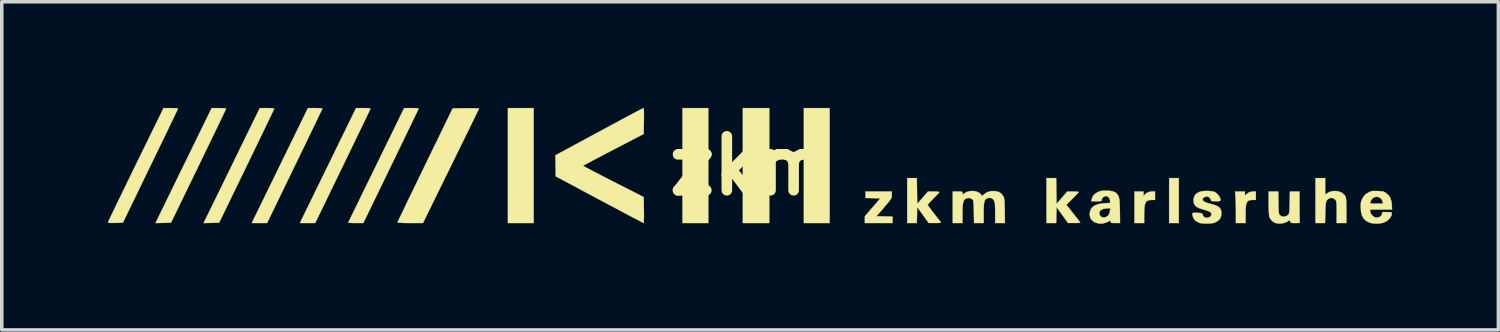
<source format=kicad_pcb>
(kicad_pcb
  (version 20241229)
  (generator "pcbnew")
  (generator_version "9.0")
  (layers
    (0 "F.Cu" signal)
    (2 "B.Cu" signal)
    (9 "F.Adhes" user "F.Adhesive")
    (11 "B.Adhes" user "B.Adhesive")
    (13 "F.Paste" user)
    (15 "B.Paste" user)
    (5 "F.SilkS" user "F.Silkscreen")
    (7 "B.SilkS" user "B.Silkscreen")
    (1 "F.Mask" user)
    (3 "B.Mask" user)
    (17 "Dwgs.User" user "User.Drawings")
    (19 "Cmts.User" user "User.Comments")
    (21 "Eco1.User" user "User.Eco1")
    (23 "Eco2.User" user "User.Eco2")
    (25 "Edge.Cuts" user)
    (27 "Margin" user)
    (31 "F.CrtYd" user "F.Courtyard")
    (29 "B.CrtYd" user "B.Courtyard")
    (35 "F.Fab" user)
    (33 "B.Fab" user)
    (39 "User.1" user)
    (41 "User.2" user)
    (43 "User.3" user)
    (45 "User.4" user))
  (footprint "zkm"
    (layer "F.Cu")
    (at 18.145 1.638)
    (property "Reference" "zkm" (at 0 0 0) (layer "F.SilkS") (effects (font (size 1.524 1.524) (thickness 0.3))))
    (attr through_hole)
    (fp_poly (pts (xy -6.114 1.615) (xy -6.84 1.615) (xy -6.84 -1.633) (xy -6.114 -1.633) (xy -6.114 1.615)) (stroke (width 0.01) (type solid)) (fill yes) (layer "F.SilkS"))
    (fp_poly (pts (xy -1.179 1.615) (xy -1.905 1.615) (xy -1.905 -1.633) (xy -1.179 -1.633) (xy -1.179 1.615)) (stroke (width 0.01) (type solid)) (fill yes) (layer "F.SilkS"))
    (fp_poly (pts (xy 0.544 1.615) (xy -0.2 1.615) (xy -0.2 -1.633) (xy 0.544 -1.633) (xy 0.544 1.615)) (stroke (width 0.01) (type solid)) (fill yes) (layer "F.SilkS"))
    (fp_poly (pts (xy 2.25 1.615) (xy 1.524 1.615) (xy 1.524 -1.633) (xy 2.25 -1.633) (xy 2.25 1.615)) (stroke (width 0.01) (type solid)) (fill yes) (layer "F.SilkS"))
    (fp_poly (pts (xy 12.119 1.615) (xy 11.847 1.615) (xy 11.847 0.345) (xy 12.119 0.345) (xy 12.119 1.615)) (stroke (width 0.01) (type solid)) (fill yes) (layer "F.SilkS"))
    (fp_poly (pts (xy 4.009 0.821) (xy 4.008 0.855) (xy 4.004 0.884) (xy 3.994 0.913) (xy 3.974 0.947) (xy 3.942 0.991) (xy 3.893 1.05) (xy 3.826 1.13) (xy 3.792 1.17) (xy 3.575 1.424) (xy 3.801 1.429) (xy 4.028 1.434) (xy 4.028 1.615) (xy 3.248 1.615) (xy 3.248 1.424) (xy 3.468 1.17) (xy 3.688 0.916) (xy 3.477 0.911) (xy 3.266 0.906) (xy 3.266 0.726) (xy 4.01 0.726) (xy 4.009 0.821)) (stroke (width 0.01) (type solid)) (fill yes) (layer "F.SilkS"))
    (fp_poly (pts (xy 11.122 0.793) (xy 11.122 0.836) (xy 11.128 0.847) (xy 11.143 0.83) (xy 11.15 0.82) (xy 11.209 0.766) (xy 11.292 0.733) (xy 11.366 0.726) (xy 11.448 0.726) (xy 11.448 0.962) (xy 11.367 0.962) (xy 11.293 0.966) (xy 11.236 0.983) (xy 11.195 1.016) (xy 11.167 1.07) (xy 11.15 1.148) (xy 11.142 1.254) (xy 11.14 1.368) (xy 11.14 1.615) (xy 10.868 1.615) (xy 10.868 0.726) (xy 11.122 0.726) (xy 11.122 0.793)) (stroke (width 0.01) (type solid)) (fill yes) (layer "F.SilkS"))
    (fp_poly (pts (xy 13.988 0.841) (xy 14.029 0.804) (xy 14.1 0.752) (xy 14.174 0.729) (xy 14.223 0.726) (xy 14.297 0.726) (xy 14.297 0.962) (xy 14.214 0.962) (xy 14.145 0.966) (xy 14.093 0.981) (xy 14.056 1.012) (xy 14.031 1.062) (xy 14.015 1.136) (xy 14.008 1.238) (xy 14.006 1.36) (xy 14.006 1.615) (xy 13.734 1.615) (xy 13.734 1.293) (xy 13.733 1.178) (xy 13.731 1.065) (xy 13.729 0.965) (xy 13.725 0.886) (xy 13.722 0.848) (xy 13.711 0.726) (xy 13.988 0.726) (xy 13.988 0.841)) (stroke (width 0.01) (type solid)) (fill yes) (layer "F.SilkS"))
    (fp_poly (pts (xy -14.928 -1.632) (xy -14.862 -1.629) (xy -14.818 -1.624) (xy -14.805 -1.619) (xy -14.812 -1.601) (xy -14.835 -1.553) (xy -14.871 -1.477) (xy -14.92 -1.374) (xy -14.981 -1.248) (xy -15.052 -1.1) (xy -15.132 -0.933) (xy -15.221 -0.749) (xy -15.317 -0.551) (xy -15.42 -0.339) (xy -15.527 -0.118) (xy -15.584 0) (xy -16.363 1.606) (xy -16.581 1.611) (xy -16.799 1.616) (xy -16.576 1.157) (xy -16.529 1.061) (xy -16.468 0.936) (xy -16.395 0.787) (xy -16.312 0.618) (xy -16.222 0.432) (xy -16.126 0.235) (xy -16.025 0.03) (xy -15.923 -0.179) (xy -15.821 -0.388) (xy -15.782 -0.467) (xy -15.213 -1.633) (xy -15.009 -1.633) (xy -14.928 -1.632)) (stroke (width 0.01) (type solid)) (fill yes) (layer "F.SilkS"))
    (fp_poly (pts (xy -13.567 -1.632) (xy -13.501 -1.629) (xy -13.458 -1.624) (xy -13.444 -1.619) (xy -13.452 -1.601) (xy -13.475 -1.553) (xy -13.511 -1.477) (xy -13.56 -1.374) (xy -13.621 -1.248) (xy -13.692 -1.1) (xy -13.772 -0.933) (xy -13.861 -0.749) (xy -13.957 -0.551) (xy -14.06 -0.339) (xy -14.167 -0.117) (xy -14.224 0) (xy -15.003 1.606) (xy -15.222 1.611) (xy -15.44 1.616) (xy -15.353 1.438) (xy -15.332 1.395) (xy -15.296 1.323) (xy -15.247 1.222) (xy -15.186 1.098) (xy -15.114 0.952) (xy -15.034 0.786) (xy -14.945 0.605) (xy -14.849 0.409) (xy -14.749 0.203) (xy -14.644 -0.011) (xy -14.559 -0.186) (xy -13.852 -1.633) (xy -13.648 -1.633) (xy -13.567 -1.632)) (stroke (width 0.01) (type solid)) (fill yes) (layer "F.SilkS"))
    (fp_poly (pts (xy -12.206 -1.632) (xy -12.14 -1.63) (xy -12.097 -1.626) (xy -12.083 -1.623) (xy -12.091 -1.605) (xy -12.113 -1.557) (xy -12.15 -1.481) (xy -12.199 -1.379) (xy -12.259 -1.253) (xy -12.33 -1.106) (xy -12.41 -0.939) (xy -12.499 -0.756) (xy -12.595 -0.557) (xy -12.698 -0.345) (xy -12.805 -0.123) (xy -12.866 0.001) (xy -13.648 1.615) (xy -14.079 1.615) (xy -14.037 1.529) (xy -14.023 1.5) (xy -13.994 1.441) (xy -13.952 1.355) (xy -13.897 1.243) (xy -13.831 1.108) (xy -13.755 0.953) (xy -13.67 0.779) (xy -13.578 0.59) (xy -13.479 0.388) (xy -13.375 0.175) (xy -13.267 -0.047) (xy -13.243 -0.095) (xy -12.492 -1.633) (xy -12.288 -1.633) (xy -12.206 -1.632)) (stroke (width 0.01) (type solid)) (fill yes) (layer "F.SilkS"))
    (fp_poly (pts (xy -10.835 -1.632) (xy -10.776 -1.63) (xy -10.742 -1.625) (xy -10.729 -1.617) (xy -10.729 -1.606) (xy -10.738 -1.586) (xy -10.762 -1.536) (xy -10.8 -1.458) (xy -10.85 -1.354) (xy -10.911 -1.226) (xy -10.984 -1.077) (xy -11.065 -0.909) (xy -11.154 -0.723) (xy -11.251 -0.524) (xy -11.354 -0.312) (xy -11.461 -0.09) (xy -11.513 0.018) (xy -12.288 1.615) (xy -12.719 1.615) (xy -12.676 1.529) (xy -12.662 1.5) (xy -12.634 1.441) (xy -12.591 1.355) (xy -12.537 1.243) (xy -12.471 1.108) (xy -12.395 0.953) (xy -12.31 0.779) (xy -12.218 0.59) (xy -12.119 0.388) (xy -12.015 0.175) (xy -11.906 -0.047) (xy -11.883 -0.095) (xy -11.132 -1.633) (xy -10.925 -1.633) (xy -10.835 -1.632)) (stroke (width 0.01) (type solid)) (fill yes) (layer "F.SilkS"))
    (fp_poly (pts (xy 8.658 0.711) (xy 8.663 1.077) (xy 8.816 0.901) (xy 8.968 0.726) (xy 9.128 0.726) (xy 9.2 0.727) (xy 9.255 0.731) (xy 9.285 0.736) (xy 9.289 0.739) (xy 9.277 0.756) (xy 9.244 0.793) (xy 9.194 0.846) (xy 9.133 0.909) (xy 9.116 0.926) (xy 8.943 1.1) (xy 9.128 1.335) (xy 9.191 1.415) (xy 9.247 1.486) (xy 9.292 1.543) (xy 9.321 1.581) (xy 9.33 1.592) (xy 9.331 1.603) (xy 9.311 1.61) (xy 9.264 1.613) (xy 9.187 1.614) (xy 9.169 1.614) (xy 8.99 1.614) (xy 8.826 1.387) (xy 8.663 1.16) (xy 8.658 1.388) (xy 8.653 1.615) (xy 8.382 1.615) (xy 8.382 0.345) (xy 8.653 0.345) (xy 8.658 0.711)) (stroke (width 0.01) (type solid)) (fill yes) (layer "F.SilkS"))
    (fp_poly (pts (xy -16.288 -1.632) (xy -16.222 -1.629) (xy -16.179 -1.624) (xy -16.165 -1.619) (xy -16.173 -1.601) (xy -16.196 -1.553) (xy -16.232 -1.477) (xy -16.281 -1.374) (xy -16.342 -1.248) (xy -16.413 -1.1) (xy -16.493 -0.933) (xy -16.582 -0.749) (xy -16.678 -0.551) (xy -16.78 -0.339) (xy -16.888 -0.117) (xy -16.945 0) (xy -17.723 1.606) (xy -17.935 1.611) (xy -18.026 1.612) (xy -18.086 1.612) (xy -18.122 1.608) (xy -18.138 1.6) (xy -18.14 1.589) (xy -18.14 1.588) (xy -18.131 1.568) (xy -18.108 1.518) (xy -18.07 1.44) (xy -18.02 1.336) (xy -17.959 1.208) (xy -17.887 1.059) (xy -17.805 0.891) (xy -17.715 0.706) (xy -17.618 0.506) (xy -17.515 0.295) (xy -17.407 0.073) (xy -17.354 -0.036) (xy -16.573 -1.632) (xy -16.369 -1.633) (xy -16.288 -1.632)) (stroke (width 0.01) (type solid)) (fill yes) (layer "F.SilkS"))
    (fp_poly (pts (xy -9.472 -1.632) (xy -9.411 -1.629) (xy -9.377 -1.623) (xy -9.366 -1.614) (xy -9.367 -1.61) (xy -9.376 -1.591) (xy -9.4 -1.541) (xy -9.437 -1.464) (xy -9.487 -1.36) (xy -9.549 -1.233) (xy -9.62 -1.084) (xy -9.702 -0.916) (xy -9.791 -0.731) (xy -9.888 -0.532) (xy -9.99 -0.32) (xy -10.098 -0.098) (xy -10.152 0.014) (xy -10.928 1.615) (xy -11.144 1.615) (xy -11.227 1.614) (xy -11.294 1.611) (xy -11.338 1.606) (xy -11.353 1.601) (xy -11.353 1.601) (xy -11.344 1.583) (xy -11.32 1.535) (xy -11.283 1.459) (xy -11.233 1.356) (xy -11.171 1.23) (xy -11.099 1.083) (xy -11.018 0.916) (xy -10.928 0.732) (xy -10.831 0.533) (xy -10.727 0.322) (xy -10.619 0.1) (xy -10.559 -0.023) (xy -9.772 -1.633) (xy -9.565 -1.633) (xy -9.472 -1.632)) (stroke (width 0.01) (type solid)) (fill yes) (layer "F.SilkS"))
    (fp_poly (pts (xy -7.786 -1.629) (xy -7.711 -1.626) (xy -7.668 -1.621) (xy -7.659 -1.616) (xy -7.668 -1.597) (xy -7.692 -1.549) (xy -7.729 -1.472) (xy -7.779 -1.369) (xy -7.841 -1.243) (xy -7.913 -1.095) (xy -7.995 -0.928) (xy -8.085 -0.744) (xy -8.183 -0.545) (xy -8.287 -0.333) (xy -8.395 -0.112) (xy -8.454 0.008) (xy -9.243 1.615) (xy -9.602 1.615) (xy -9.711 1.614) (xy -9.807 1.612) (xy -9.885 1.609) (xy -9.937 1.605) (xy -9.96 1.6) (xy -9.96 1.599) (xy -9.953 1.581) (xy -9.93 1.533) (xy -9.894 1.456) (xy -9.845 1.353) (xy -9.784 1.227) (xy -9.713 1.079) (xy -9.633 0.912) (xy -9.544 0.728) (xy -9.447 0.529) (xy -9.345 0.318) (xy -9.237 0.096) (xy -9.181 -0.02) (xy -8.401 -1.624) (xy -8.027 -1.629) (xy -7.892 -1.63) (xy -7.786 -1.629)) (stroke (width 0.01) (type solid)) (fill yes) (layer "F.SilkS"))
    (fp_poly (pts (xy 4.721 0.711) (xy 4.726 1.077) (xy 4.879 0.901) (xy 5.031 0.726) (xy 5.191 0.726) (xy 5.263 0.727) (xy 5.318 0.731) (xy 5.348 0.737) (xy 5.352 0.74) (xy 5.34 0.757) (xy 5.307 0.795) (xy 5.257 0.847) (xy 5.197 0.908) (xy 5.189 0.916) (xy 5.127 0.98) (xy 5.076 1.035) (xy 5.04 1.078) (xy 5.026 1.101) (xy 5.026 1.102) (xy 5.036 1.124) (xy 5.066 1.168) (xy 5.111 1.23) (xy 5.166 1.304) (xy 5.201 1.347) (xy 5.262 1.426) (xy 5.317 1.495) (xy 5.36 1.549) (xy 5.387 1.584) (xy 5.393 1.592) (xy 5.394 1.603) (xy 5.374 1.609) (xy 5.327 1.613) (xy 5.25 1.614) (xy 5.232 1.614) (xy 5.053 1.614) (xy 4.889 1.387) (xy 4.726 1.16) (xy 4.721 1.388) (xy 4.716 1.615) (xy 4.445 1.615) (xy 4.445 0.345) (xy 4.716 0.345) (xy 4.721 0.711)) (stroke (width 0.01) (type solid)) (fill yes) (layer "F.SilkS"))
    (fp_poly (pts (xy 16.256 0.583) (xy 16.256 0.68) (xy 16.258 0.745) (xy 16.261 0.784) (xy 16.266 0.801) (xy 16.275 0.803) (xy 16.288 0.793) (xy 16.288 0.793) (xy 16.367 0.742) (xy 16.459 0.715) (xy 16.557 0.71) (xy 16.652 0.727) (xy 16.736 0.764) (xy 16.801 0.821) (xy 16.822 0.852) (xy 16.833 0.879) (xy 16.842 0.911) (xy 16.848 0.955) (xy 16.852 1.016) (xy 16.854 1.099) (xy 16.855 1.21) (xy 16.855 1.265) (xy 16.855 1.615) (xy 16.583 1.615) (xy 16.583 1.307) (xy 16.582 1.194) (xy 16.581 1.112) (xy 16.578 1.054) (xy 16.573 1.015) (xy 16.565 0.988) (xy 16.554 0.969) (xy 16.542 0.955) (xy 16.484 0.913) (xy 16.418 0.903) (xy 16.356 0.923) (xy 16.305 0.972) (xy 16.297 0.985) (xy 16.284 1.015) (xy 16.275 1.056) (xy 16.268 1.115) (xy 16.263 1.196) (xy 16.26 1.306) (xy 16.259 1.329) (xy 16.253 1.615) (xy 15.984 1.615) (xy 15.984 0.345) (xy 16.256 0.345) (xy 16.256 0.583)) (stroke (width 0.01) (type solid)) (fill yes) (layer "F.SilkS"))
    (fp_poly (pts (xy 14.935 1.043) (xy 14.937 1.158) (xy 14.94 1.242) (xy 14.944 1.302) (xy 14.95 1.342) (xy 14.958 1.369) (xy 14.969 1.387) (xy 14.979 1.398) (xy 15.036 1.431) (xy 15.103 1.437) (xy 15.169 1.415) (xy 15.201 1.389) (xy 15.219 1.371) (xy 15.231 1.352) (xy 15.24 1.326) (xy 15.246 1.288) (xy 15.25 1.232) (xy 15.252 1.152) (xy 15.255 1.041) (xy 15.255 1.034) (xy 15.261 0.726) (xy 15.53 0.726) (xy 15.53 1.142) (xy 15.531 1.262) (xy 15.532 1.371) (xy 15.534 1.464) (xy 15.537 1.534) (xy 15.54 1.577) (xy 15.541 1.586) (xy 15.542 1.601) (xy 15.527 1.609) (xy 15.488 1.614) (xy 15.42 1.615) (xy 15.416 1.615) (xy 15.347 1.614) (xy 15.305 1.61) (xy 15.283 1.601) (xy 15.273 1.583) (xy 15.268 1.567) (xy 15.258 1.535) (xy 15.243 1.534) (xy 15.222 1.551) (xy 15.152 1.594) (xy 15.06 1.621) (xy 14.96 1.629) (xy 14.864 1.617) (xy 14.852 1.614) (xy 14.782 1.577) (xy 14.721 1.516) (xy 14.681 1.445) (xy 14.678 1.434) (xy 14.672 1.395) (xy 14.667 1.327) (xy 14.663 1.238) (xy 14.66 1.134) (xy 14.66 1.048) (xy 14.659 0.726) (xy 14.929 0.726) (xy 14.935 1.043)) (stroke (width 0.01) (type solid)) (fill yes) (layer "F.SilkS"))
    (fp_poly (pts (xy -3.009 -1.626) (xy -3.003 -1.608) (xy -2.999 -1.572) (xy -2.997 -1.512) (xy -2.996 -1.426) (xy -2.997 -1.309) (xy -2.998 -1.27) (xy -3.003 -0.904) (xy -3.86 -0.458) (xy -4.023 -0.374) (xy -4.175 -0.294) (xy -4.315 -0.22) (xy -4.439 -0.155) (xy -4.543 -0.099) (xy -4.626 -0.054) (xy -4.683 -0.023) (xy -4.713 -0.005) (xy -4.717 -0.002) (xy -4.701 0.008) (xy -4.656 0.033) (xy -4.584 0.071) (xy -4.489 0.121) (xy -4.374 0.182) (xy -4.241 0.25) (xy -4.093 0.326) (xy -3.935 0.408) (xy -3.859 0.446) (xy -3.003 0.883) (xy -2.998 1.249) (xy -2.997 1.36) (xy -2.997 1.457) (xy -2.999 1.535) (xy -3.002 1.589) (xy -3.006 1.613) (xy -3.007 1.614) (xy -3.025 1.605) (xy -3.072 1.581) (xy -3.146 1.542) (xy -3.245 1.49) (xy -3.366 1.426) (xy -3.507 1.352) (xy -3.665 1.268) (xy -3.837 1.176) (xy -4.022 1.078) (xy -4.217 0.974) (xy -4.255 0.954) (xy -5.488 0.295) (xy -5.493 -0.002) (xy -5.497 -0.299) (xy -4.27 -0.962) (xy -4.074 -1.067) (xy -3.888 -1.167) (xy -3.713 -1.261) (xy -3.552 -1.348) (xy -3.407 -1.425) (xy -3.281 -1.492) (xy -3.177 -1.547) (xy -3.097 -1.589) (xy -3.043 -1.617) (xy -3.019 -1.629) (xy -3.018 -1.63) (xy -3.009 -1.626)) (stroke (width 0.01) (type solid)) (fill yes) (layer "F.SilkS"))
    (fp_poly (pts (xy 17.738 0.711) (xy 17.82 0.715) (xy 17.876 0.721) (xy 17.918 0.734) (xy 17.956 0.754) (xy 17.981 0.771) (xy 18.056 0.839) (xy 18.105 0.923) (xy 18.133 1.028) (xy 18.14 1.102) (xy 18.147 1.234) (xy 17.526 1.234) (xy 17.526 1.276) (xy 17.541 1.336) (xy 17.58 1.395) (xy 17.632 1.441) (xy 17.668 1.458) (xy 17.736 1.463) (xy 17.799 1.443) (xy 17.846 1.402) (xy 17.864 1.361) (xy 17.875 1.306) (xy 18.009 1.306) (xy 18.083 1.308) (xy 18.125 1.315) (xy 18.142 1.334) (xy 18.138 1.368) (xy 18.124 1.409) (xy 18.078 1.486) (xy 18.006 1.553) (xy 17.92 1.599) (xy 17.9 1.606) (xy 17.806 1.625) (xy 17.701 1.631) (xy 17.601 1.625) (xy 17.524 1.608) (xy 17.423 1.559) (xy 17.348 1.492) (xy 17.298 1.404) (xy 17.27 1.292) (xy 17.263 1.17) (xy 17.264 1.089) (xy 17.267 1.05) (xy 17.526 1.05) (xy 17.544 1.061) (xy 17.597 1.068) (xy 17.686 1.07) (xy 17.71 1.07) (xy 17.893 1.07) (xy 17.882 1.011) (xy 17.854 0.944) (xy 17.804 0.898) (xy 17.742 0.875) (xy 17.675 0.876) (xy 17.613 0.902) (xy 17.564 0.954) (xy 17.554 0.971) (xy 17.535 1.016) (xy 17.526 1.048) (xy 17.526 1.05) (xy 17.267 1.05) (xy 17.269 1.031) (xy 17.281 0.985) (xy 17.302 0.939) (xy 17.319 0.907) (xy 17.364 0.839) (xy 17.414 0.792) (xy 17.474 0.756) (xy 17.524 0.731) (xy 17.566 0.717) (xy 17.614 0.71) (xy 17.677 0.709) (xy 17.738 0.711)) (stroke (width 0.01) (type solid)) (fill yes) (layer "F.SilkS"))
    (fp_poly (pts (xy 6.399 0.725) (xy 6.479 0.762) (xy 6.526 0.805) (xy 6.564 0.853) (xy 6.622 0.799) (xy 6.708 0.742) (xy 6.815 0.714) (xy 6.93 0.714) (xy 7.026 0.735) (xy 7.098 0.779) (xy 7.156 0.852) (xy 7.157 0.855) (xy 7.17 0.88) (xy 7.18 0.909) (xy 7.187 0.949) (xy 7.192 1.005) (xy 7.195 1.082) (xy 7.198 1.186) (xy 7.2 1.265) (xy 7.205 1.615) (xy 6.931 1.615) (xy 6.931 1.329) (xy 6.93 1.215) (xy 6.927 1.13) (xy 6.923 1.069) (xy 6.915 1.025) (xy 6.904 0.992) (xy 6.899 0.981) (xy 6.855 0.926) (xy 6.795 0.903) (xy 6.719 0.91) (xy 6.68 0.926) (xy 6.651 0.952) (xy 6.63 0.993) (xy 6.616 1.054) (xy 6.608 1.14) (xy 6.604 1.255) (xy 6.604 1.332) (xy 6.604 1.615) (xy 6.334 1.615) (xy 6.328 1.298) (xy 6.326 1.182) (xy 6.323 1.098) (xy 6.319 1.038) (xy 6.314 0.998) (xy 6.306 0.971) (xy 6.294 0.953) (xy 6.285 0.943) (xy 6.23 0.911) (xy 6.162 0.906) (xy 6.096 0.927) (xy 6.089 0.931) (xy 6.059 0.959) (xy 6.037 0.999) (xy 6.021 1.057) (xy 6.011 1.139) (xy 6.006 1.247) (xy 6.005 1.356) (xy 6.005 1.615) (xy 5.733 1.615) (xy 5.733 0.726) (xy 5.869 0.726) (xy 5.938 0.726) (xy 5.979 0.729) (xy 5.999 0.738) (xy 6.005 0.755) (xy 6.005 0.774) (xy 6.007 0.807) (xy 6.019 0.808) (xy 6.038 0.793) (xy 6.115 0.743) (xy 6.208 0.715) (xy 6.305 0.709) (xy 6.399 0.725)) (stroke (width 0.01) (type solid)) (fill yes) (layer "F.SilkS"))
    (fp_poly (pts (xy 10.189 0.708) (xy 10.28 0.728) (xy 10.346 0.764) (xy 10.393 0.816) (xy 10.395 0.819) (xy 10.413 0.853) (xy 10.426 0.89) (xy 10.437 0.937) (xy 10.444 0.999) (xy 10.449 1.081) (xy 10.452 1.188) (xy 10.455 1.32) (xy 10.459 1.615) (xy 10.328 1.615) (xy 10.26 1.614) (xy 10.22 1.61) (xy 10.202 1.6) (xy 10.196 1.583) (xy 10.196 1.578) (xy 10.194 1.549) (xy 10.192 1.542) (xy 10.174 1.55) (xy 10.135 1.569) (xy 10.098 1.588) (xy 9.985 1.626) (xy 9.87 1.63) (xy 9.759 1.6) (xy 9.742 1.592) (xy 9.664 1.536) (xy 9.617 1.463) (xy 9.602 1.371) (xy 9.602 1.354) (xy 9.873 1.354) (xy 9.889 1.399) (xy 9.931 1.443) (xy 9.988 1.461) (xy 10.052 1.451) (xy 10.113 1.414) (xy 10.121 1.407) (xy 10.159 1.344) (xy 10.174 1.279) (xy 10.183 1.193) (xy 10.072 1.201) (xy 9.98 1.217) (xy 9.914 1.25) (xy 9.878 1.297) (xy 9.873 1.354) (xy 9.602 1.354) (xy 9.603 1.337) (xy 9.626 1.242) (xy 9.676 1.168) (xy 9.756 1.113) (xy 9.865 1.076) (xy 10.006 1.057) (xy 10.016 1.057) (xy 10.178 1.047) (xy 10.178 0.986) (xy 10.164 0.924) (xy 10.128 0.877) (xy 10.077 0.854) (xy 10.064 0.853) (xy 10.008 0.866) (xy 9.964 0.9) (xy 9.943 0.946) (xy 9.942 0.954) (xy 9.941 0.975) (xy 9.931 0.989) (xy 9.905 0.995) (xy 9.857 0.998) (xy 9.796 0.998) (xy 9.649 0.998) (xy 9.661 0.939) (xy 9.69 0.858) (xy 9.745 0.795) (xy 9.825 0.744) (xy 9.878 0.721) (xy 9.93 0.708) (xy 9.993 0.702) (xy 10.069 0.701) (xy 10.189 0.708)) (stroke (width 0.01) (type solid)) (fill yes) (layer "F.SilkS"))
    (fp_poly (pts (xy 12.962 0.709) (xy 13.052 0.718) (xy 13.126 0.736) (xy 13.167 0.756) (xy 13.221 0.806) (xy 13.266 0.867) (xy 13.294 0.925) (xy 13.299 0.955) (xy 13.297 0.977) (xy 13.285 0.99) (xy 13.257 0.996) (xy 13.205 0.998) (xy 13.163 0.998) (xy 13.093 0.997) (xy 13.052 0.993) (xy 13.032 0.984) (xy 13.027 0.968) (xy 13.027 0.964) (xy 13.011 0.923) (xy 12.971 0.885) (xy 12.935 0.866) (xy 12.894 0.866) (xy 12.847 0.882) (xy 12.808 0.908) (xy 12.791 0.938) (xy 12.791 0.94) (xy 12.801 0.976) (xy 12.833 1.008) (xy 12.893 1.036) (xy 12.984 1.064) (xy 13.007 1.07) (xy 13.125 1.104) (xy 13.21 1.139) (xy 13.269 1.178) (xy 13.304 1.227) (xy 13.321 1.287) (xy 13.324 1.33) (xy 13.313 1.428) (xy 13.275 1.505) (xy 13.206 1.566) (xy 13.192 1.574) (xy 13.147 1.598) (xy 13.102 1.613) (xy 13.047 1.622) (xy 12.971 1.627) (xy 12.936 1.628) (xy 12.816 1.627) (xy 12.729 1.617) (xy 12.694 1.607) (xy 12.603 1.558) (xy 12.542 1.49) (xy 12.519 1.435) (xy 12.505 1.38) (xy 12.504 1.347) (xy 12.521 1.331) (xy 12.564 1.326) (xy 12.636 1.328) (xy 12.641 1.328) (xy 12.713 1.332) (xy 12.756 1.338) (xy 12.778 1.348) (xy 12.787 1.365) (xy 12.788 1.37) (xy 12.815 1.428) (xy 12.866 1.463) (xy 12.907 1.47) (xy 12.97 1.458) (xy 13.016 1.429) (xy 13.041 1.389) (xy 13.042 1.345) (xy 13.013 1.306) (xy 13.004 1.299) (xy 12.968 1.283) (xy 12.908 1.261) (xy 12.834 1.239) (xy 12.809 1.232) (xy 12.699 1.197) (xy 12.621 1.157) (xy 12.571 1.108) (xy 12.544 1.046) (xy 12.537 0.974) (xy 12.55 0.881) (xy 12.59 0.81) (xy 12.661 0.756) (xy 12.709 0.734) (xy 12.78 0.716) (xy 12.868 0.708) (xy 12.962 0.709)) (stroke (width 0.01) (type solid)) (fill yes) (layer "F.SilkS")))
  (gr_rect
    (start -3 -3)
    (end 39.297 6.274)
    (stroke (width 0.1) (type default))
    (fill no)
    (layer "Edge.Cuts")))
</source>
